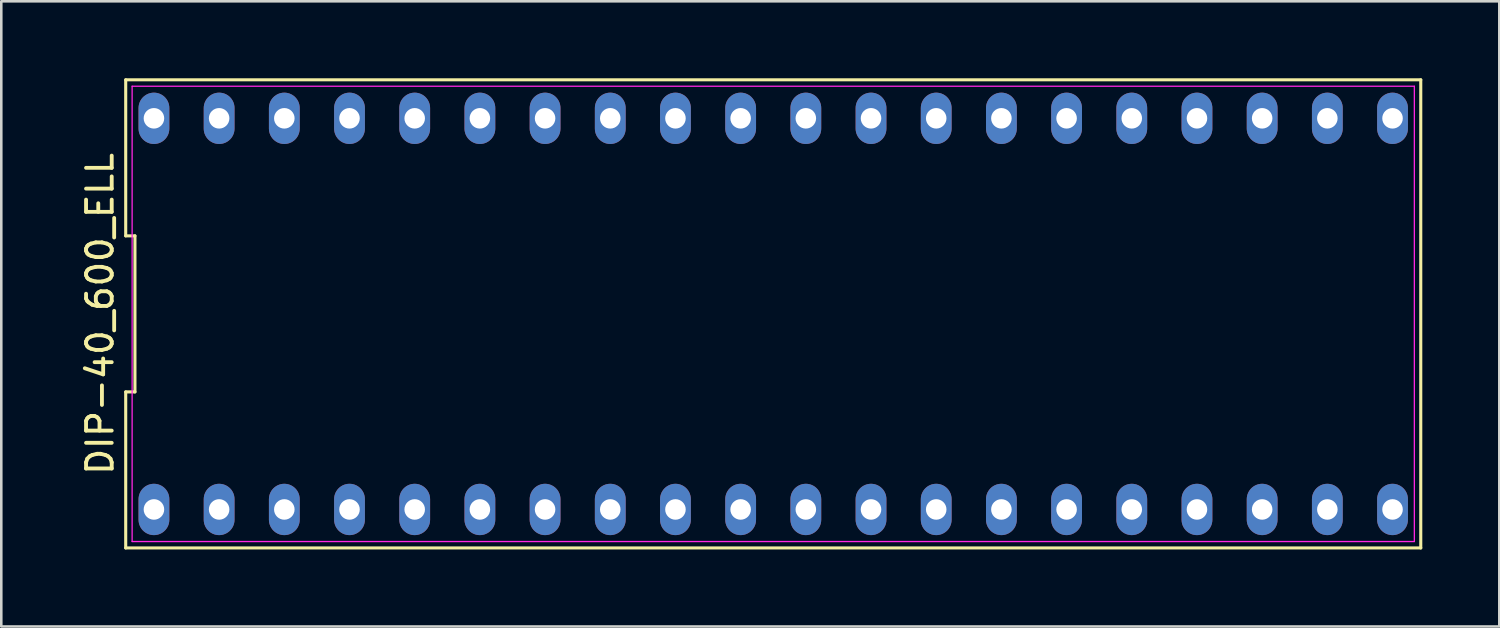
<source format=kicad_pcb>
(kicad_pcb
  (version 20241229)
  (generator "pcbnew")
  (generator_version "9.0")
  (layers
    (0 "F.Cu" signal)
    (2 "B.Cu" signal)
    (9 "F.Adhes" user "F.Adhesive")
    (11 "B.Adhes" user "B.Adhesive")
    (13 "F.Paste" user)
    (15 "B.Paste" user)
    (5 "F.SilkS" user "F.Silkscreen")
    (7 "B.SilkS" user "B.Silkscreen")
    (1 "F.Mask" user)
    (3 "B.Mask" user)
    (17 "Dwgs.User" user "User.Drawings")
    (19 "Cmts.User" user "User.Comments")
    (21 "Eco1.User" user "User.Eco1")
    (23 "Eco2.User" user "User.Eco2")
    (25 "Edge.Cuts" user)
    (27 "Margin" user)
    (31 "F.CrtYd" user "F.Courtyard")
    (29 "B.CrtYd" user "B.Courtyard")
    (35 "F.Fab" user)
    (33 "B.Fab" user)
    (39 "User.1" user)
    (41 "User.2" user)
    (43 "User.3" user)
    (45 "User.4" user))
  (footprint "DIP-40_600_ELL"
    (layer "F.Cu")
    (at 27.078 9.18)
    (property "Reference" "DIP-40_600_ELL" (at -26.23 0 90) (layer "F.SilkS") (effects (font (size 1 1) (thickness 0.15))))
    (attr through_hole)
    (fp_line (start -25.23 -9.12) (end -25.23 -3.04) (stroke (width 0.12) (type solid)) (layer "F.SilkS"))
    (fp_line (start -25.23 -3.04) (end -24.87 -3.04) (stroke (width 0.12) (type solid)) (layer "F.SilkS"))
    (fp_line (start -25.23 3.04) (end -25.23 9.12) (stroke (width 0.12) (type solid)) (layer "F.SilkS"))
    (fp_line (start -25.23 9.12) (end 25.23 9.12) (stroke (width 0.12) (type solid)) (layer "F.SilkS"))
    (fp_line (start -24.87 -3.04) (end -24.87 3.04) (stroke (width 0.12) (type solid)) (layer "F.SilkS"))
    (fp_line (start -24.87 3.04) (end -25.23 3.04) (stroke (width 0.12) (type solid)) (layer "F.SilkS"))
    (fp_line (start 25.23 -9.12) (end -25.23 -9.12) (stroke (width 0.12) (type solid)) (layer "F.SilkS"))
    (fp_line (start 25.23 9.12) (end 25.23 -9.12) (stroke (width 0.12) (type solid)) (layer "F.SilkS"))
    (fp_line (start -24.98 -8.87) (end 24.98 -8.87) (stroke (width 0.05) (type solid)) (layer "F.CrtYd"))
    (fp_line (start -24.98 8.87) (end -24.98 -8.87) (stroke (width 0.05) (type solid)) (layer "F.CrtYd"))
    (fp_line (start 24.98 -8.87) (end 24.98 8.87) (stroke (width 0.05) (type solid)) (layer "F.CrtYd"))
    (fp_line (start 24.98 8.87) (end -24.98 8.87) (stroke (width 0.05) (type solid)) (layer "F.CrtYd"))
    (pad "1" thru_hole oval (at -24.13 7.62) (size 1.2 2) (drill 0.8) (layers "*.Cu" "*.Mask"))
    (pad "2" thru_hole oval (at -21.59 7.62) (size 1.2 2) (drill 0.8) (layers "*.Cu" "*.Mask"))
    (pad "3" thru_hole oval (at -19.05 7.62) (size 1.2 2) (drill 0.8) (layers "*.Cu" "*.Mask"))
    (pad "4" thru_hole oval (at -16.51 7.62) (size 1.2 2) (drill 0.8) (layers "*.Cu" "*.Mask"))
    (pad "5" thru_hole oval (at -13.97 7.62) (size 1.2 2) (drill 0.8) (layers "*.Cu" "*.Mask"))
    (pad "6" thru_hole oval (at -11.43 7.62) (size 1.2 2) (drill 0.8) (layers "*.Cu" "*.Mask"))
    (pad "7" thru_hole oval (at -8.89 7.62) (size 1.2 2) (drill 0.8) (layers "*.Cu" "*.Mask"))
    (pad "8" thru_hole oval (at -6.35 7.62) (size 1.2 2) (drill 0.8) (layers "*.Cu" "*.Mask"))
    (pad "9" thru_hole oval (at -3.81 7.62) (size 1.2 2) (drill 0.8) (layers "*.Cu" "*.Mask"))
    (pad "10" thru_hole oval (at -1.27 7.62) (size 1.2 2) (drill 0.8) (layers "*.Cu" "*.Mask"))
    (pad "11" thru_hole oval (at 1.27 7.62) (size 1.2 2) (drill 0.8) (layers "*.Cu" "*.Mask"))
    (pad "12" thru_hole oval (at 3.81 7.62) (size 1.2 2) (drill 0.8) (layers "*.Cu" "*.Mask"))
    (pad "13" thru_hole oval (at 6.35 7.62) (size 1.2 2) (drill 0.8) (layers "*.Cu" "*.Mask"))
    (pad "14" thru_hole oval (at 8.89 7.62) (size 1.2 2) (drill 0.8) (layers "*.Cu" "*.Mask"))
    (pad "15" thru_hole oval (at 11.43 7.62) (size 1.2 2) (drill 0.8) (layers "*.Cu" "*.Mask"))
    (pad "16" thru_hole oval (at 13.97 7.62) (size 1.2 2) (drill 0.8) (layers "*.Cu" "*.Mask"))
    (pad "17" thru_hole oval (at 16.51 7.62) (size 1.2 2) (drill 0.8) (layers "*.Cu" "*.Mask"))
    (pad "18" thru_hole oval (at 19.05 7.62) (size 1.2 2) (drill 0.8) (layers "*.Cu" "*.Mask"))
    (pad "19" thru_hole oval (at 21.59 7.62) (size 1.2 2) (drill 0.8) (layers "*.Cu" "*.Mask"))
    (pad "20" thru_hole oval (at 24.13 7.62) (size 1.2 2) (drill 0.8) (layers "*.Cu" "*.Mask"))
    (pad "21" thru_hole oval (at 24.13 -7.62) (size 1.2 2) (drill 0.8) (layers "*.Cu" "*.Mask"))
    (pad "22" thru_hole oval (at 21.59 -7.62) (size 1.2 2) (drill 0.8) (layers "*.Cu" "*.Mask"))
    (pad "23" thru_hole oval (at 19.05 -7.62) (size 1.2 2) (drill 0.8) (layers "*.Cu" "*.Mask"))
    (pad "24" thru_hole oval (at 16.51 -7.62) (size 1.2 2) (drill 0.8) (layers "*.Cu" "*.Mask"))
    (pad "25" thru_hole oval (at 13.97 -7.62) (size 1.2 2) (drill 0.8) (layers "*.Cu" "*.Mask"))
    (pad "26" thru_hole oval (at 11.43 -7.62) (size 1.2 2) (drill 0.8) (layers "*.Cu" "*.Mask"))
    (pad "27" thru_hole oval (at 8.89 -7.62) (size 1.2 2) (drill 0.8) (layers "*.Cu" "*.Mask"))
    (pad "28" thru_hole oval (at 6.35 -7.62) (size 1.2 2) (drill 0.8) (layers "*.Cu" "*.Mask"))
    (pad "29" thru_hole oval (at 3.81 -7.62) (size 1.2 2) (drill 0.8) (layers "*.Cu" "*.Mask"))
    (pad "30" thru_hole oval (at 1.27 -7.62) (size 1.2 2) (drill 0.8) (layers "*.Cu" "*.Mask"))
    (pad "31" thru_hole oval (at -1.27 -7.62) (size 1.2 2) (drill 0.8) (layers "*.Cu" "*.Mask"))
    (pad "32" thru_hole oval (at -3.81 -7.62) (size 1.2 2) (drill 0.8) (layers "*.Cu" "*.Mask"))
    (pad "33" thru_hole oval (at -6.35 -7.62) (size 1.2 2) (drill 0.8) (layers "*.Cu" "*.Mask"))
    (pad "34" thru_hole oval (at -8.89 -7.62) (size 1.2 2) (drill 0.8) (layers "*.Cu" "*.Mask"))
    (pad "35" thru_hole oval (at -11.43 -7.62) (size 1.2 2) (drill 0.8) (layers "*.Cu" "*.Mask"))
    (pad "36" thru_hole oval (at -13.97 -7.62) (size 1.2 2) (drill 0.8) (layers "*.Cu" "*.Mask"))
    (pad "37" thru_hole oval (at -16.51 -7.62) (size 1.2 2) (drill 0.8) (layers "*.Cu" "*.Mask"))
    (pad "38" thru_hole oval (at -19.05 -7.62) (size 1.2 2) (drill 0.8) (layers "*.Cu" "*.Mask"))
    (pad "39" thru_hole oval (at -21.59 -7.62) (size 1.2 2) (drill 0.8) (layers "*.Cu" "*.Mask"))
    (pad "40" thru_hole oval (at -24.13 -7.62) (size 1.2 2) (drill 0.8) (layers "*.Cu" "*.Mask")))
  (gr_rect
    (start -3 -3)
    (end 55.368 21.36)
    (stroke (width 0.1) (type default))
    (fill no)
    (layer "Edge.Cuts")))
</source>
